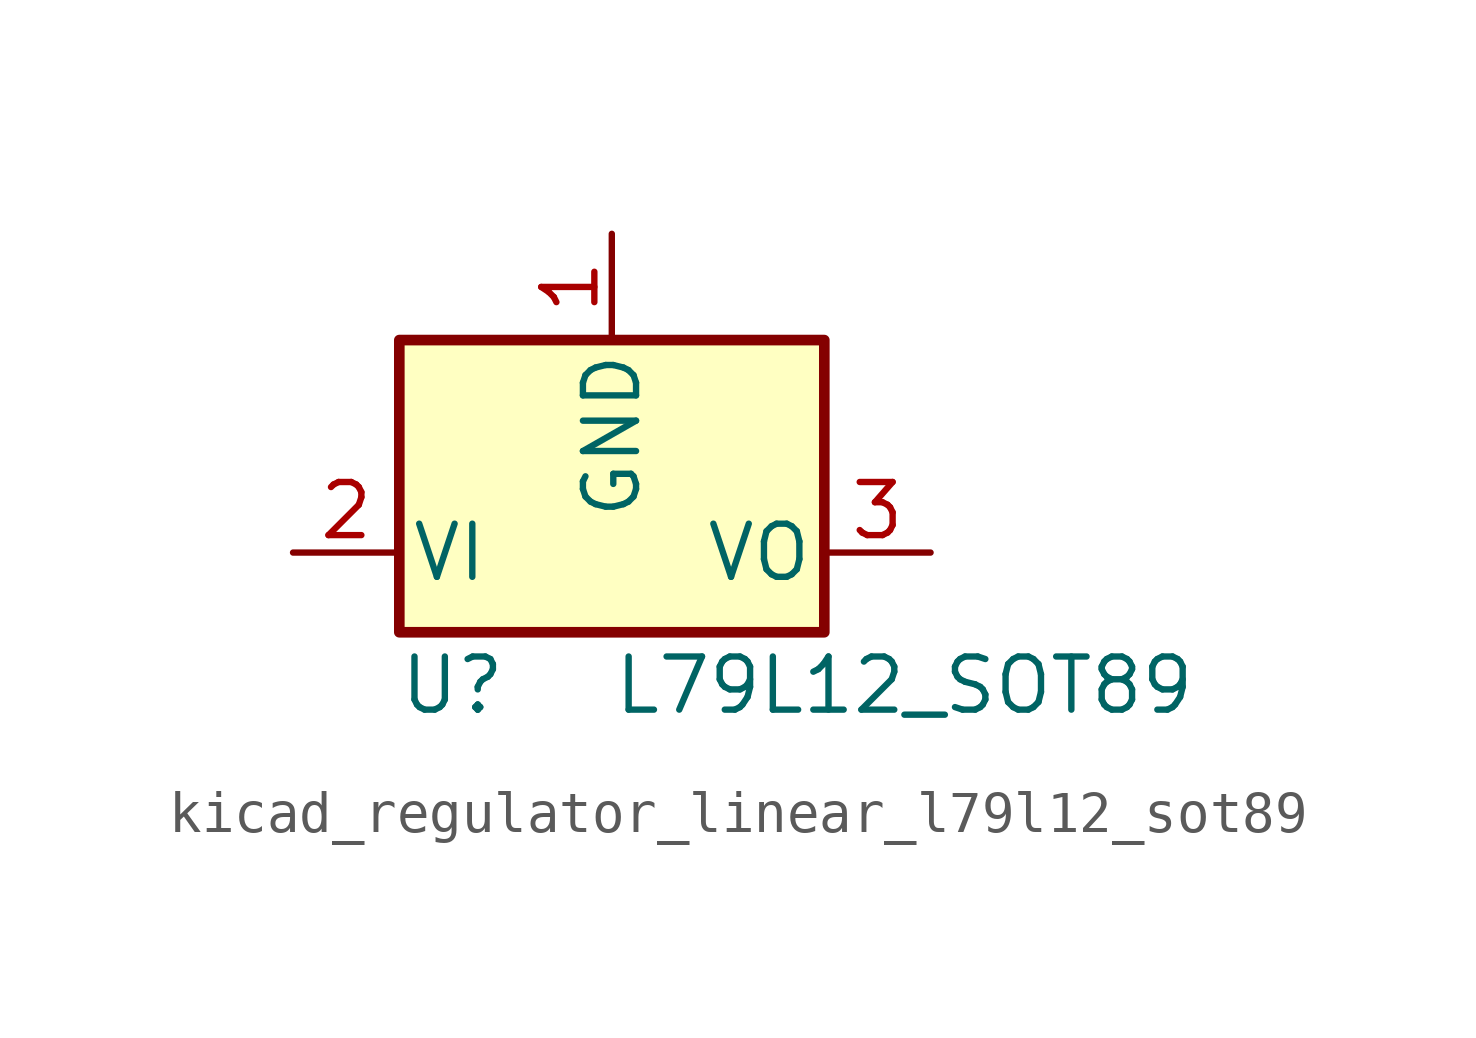
<source format=kicad_sym>
(kicad_symbol_lib
  (version 20220914)
  (generator kicad_symbol_editor)
  (symbol "kicad_regulator_linear_l79l12_sot89"
    (pin_names
      (offset 0.254))
    (property "Reference" "U"
      (at -3.81 -3.175 0)
      (effects (font (size 1.27 1.27))))
    (property "Value" "L79L12_SOT89"
      (at 0 -3.175 0)
      (effects (font (size 1.27 1.27)) (justify left)))
    (symbol "kicad_regulator_linear_l79l12_sot89_0_1"
      (rectangle (start -5.08 5.08) (end 5.08 -1.905) (stroke (width 0.254) (type default)) (fill (type background))))
    (symbol "kicad_regulator_linear_l79l12_sot89_1_1"
      (pin power_in line (at 0 7.62 270) (length 2.54) (name "GND" (effects (font (size 1.27 1.27)))) (number "1" (effects (font (size 1.27 1.27)))))
      (pin power_in line (at -7.62 0 0) (length 2.54) (name "VI" (effects (font (size 1.27 1.27)))) (number "2" (effects (font (size 1.27 1.27)))))
      (pin power_out line (at 7.62 0 180) (length 2.54) (name "VO" (effects (font (size 1.27 1.27)))) (number "3" (effects (font (size 1.27 1.27))))))))
</source>
